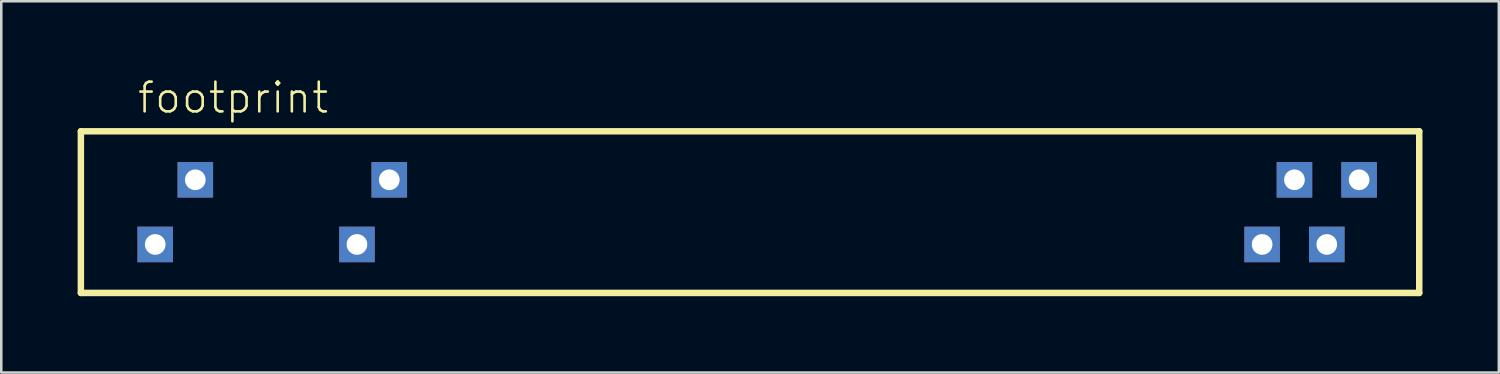
<source format=kicad_pcb>
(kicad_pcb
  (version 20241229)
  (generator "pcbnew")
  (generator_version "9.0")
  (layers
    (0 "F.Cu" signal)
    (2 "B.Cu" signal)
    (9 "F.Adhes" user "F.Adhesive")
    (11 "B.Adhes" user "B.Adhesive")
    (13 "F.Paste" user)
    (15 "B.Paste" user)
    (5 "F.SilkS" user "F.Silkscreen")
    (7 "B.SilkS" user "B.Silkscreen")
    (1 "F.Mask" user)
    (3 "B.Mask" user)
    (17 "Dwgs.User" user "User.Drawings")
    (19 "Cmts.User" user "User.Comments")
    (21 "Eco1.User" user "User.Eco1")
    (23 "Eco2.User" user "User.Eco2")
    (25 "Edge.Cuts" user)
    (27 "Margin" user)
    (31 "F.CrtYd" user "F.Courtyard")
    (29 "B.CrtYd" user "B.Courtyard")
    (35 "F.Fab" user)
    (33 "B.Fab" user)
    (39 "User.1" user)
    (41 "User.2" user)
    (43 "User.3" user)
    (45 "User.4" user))
  (footprint "footprint"
    (layer "F.Cu")
    (at 26.416 5.283)
    (property "Reference" "footprint" (at -24.13 -3.81 0) (layer "F.SilkS") (effects (font (size 1.168 1.168) (thickness 0.102)) (justify left bottom)))
    (fp_line (start -26.289 -3.175) (end 26.289 -3.175) (stroke (width 0.254) (type solid)) (layer "F.SilkS"))
    (fp_line (start -26.289 3.175) (end -26.289 -3.175) (stroke (width 0.254) (type solid)) (layer "F.SilkS"))
    (fp_line (start 26.289 -3.175) (end 26.289 3.175) (stroke (width 0.254) (type solid)) (layer "F.SilkS"))
    (fp_line (start 26.289 3.175) (end -26.289 3.175) (stroke (width 0.254) (type solid)) (layer "F.SilkS"))
    (pad "1" thru_hole rect (at -23.368 1.27) (size 1.397 1.397) (drill 0.813) (layers "*.Cu" "*.Mask"))
    (pad "2" thru_hole rect (at -15.443 1.27) (size 1.397 1.397) (drill 0.813) (layers "*.Cu" "*.Mask"))
    (pad "3" thru_hole rect (at 20.117 1.27) (size 1.397 1.397) (drill 0.813) (layers "*.Cu" "*.Mask"))
    (pad "4" thru_hole rect (at 22.657 1.27) (size 1.397 1.397) (drill 0.813) (layers "*.Cu" "*.Mask"))
    (pad "5" thru_hole rect (at 23.927 -1.27) (size 1.397 1.397) (drill 0.813) (layers "*.Cu" "*.Mask"))
    (pad "6" thru_hole rect (at 21.387 -1.27) (size 1.397 1.397) (drill 0.813) (layers "*.Cu" "*.Mask"))
    (pad "7" thru_hole rect (at -14.173 -1.27) (size 1.397 1.397) (drill 0.813) (layers "*.Cu" "*.Mask"))
    (pad "9" thru_hole rect (at -21.793 -1.27) (size 1.397 1.397) (drill 0.813) (layers "*.Cu" "*.Mask")))
  (gr_rect
    (start -3 -3)
    (end 55.832 11.585)
    (stroke (width 0.1) (type default))
    (fill no)
    (layer "Edge.Cuts")))
</source>
